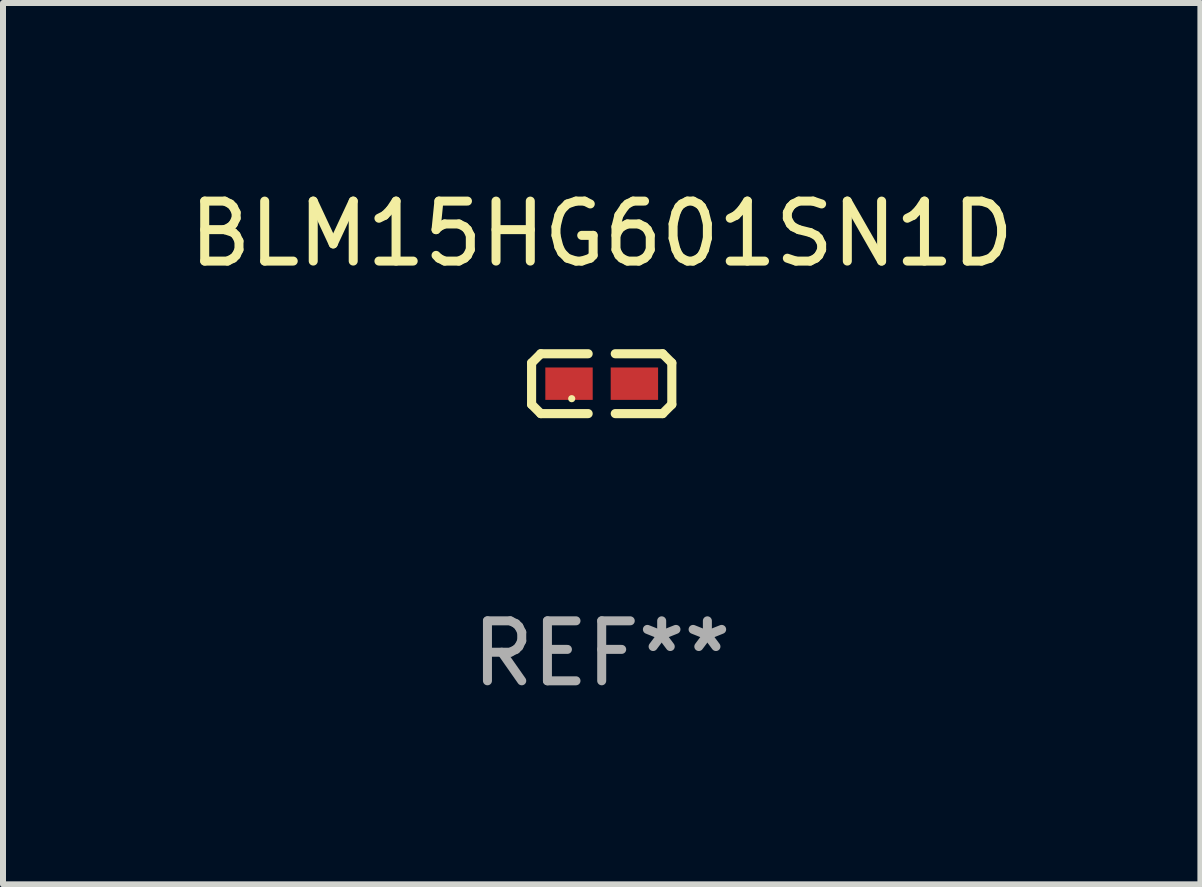
<source format=kicad_pcb>
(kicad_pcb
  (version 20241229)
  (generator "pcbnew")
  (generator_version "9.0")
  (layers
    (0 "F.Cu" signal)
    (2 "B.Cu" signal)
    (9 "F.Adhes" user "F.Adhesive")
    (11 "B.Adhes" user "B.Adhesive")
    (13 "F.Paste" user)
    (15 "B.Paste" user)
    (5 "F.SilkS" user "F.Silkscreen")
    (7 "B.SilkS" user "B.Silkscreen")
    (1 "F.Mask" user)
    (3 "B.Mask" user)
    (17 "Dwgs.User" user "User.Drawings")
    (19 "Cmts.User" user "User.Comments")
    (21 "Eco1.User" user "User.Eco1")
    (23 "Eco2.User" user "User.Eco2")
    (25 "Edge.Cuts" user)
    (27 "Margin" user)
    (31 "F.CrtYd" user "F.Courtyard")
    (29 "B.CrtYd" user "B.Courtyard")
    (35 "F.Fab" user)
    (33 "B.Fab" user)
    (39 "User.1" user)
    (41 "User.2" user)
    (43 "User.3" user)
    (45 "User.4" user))
  (footprint "BLM15HG601SN1D"
    (layer "F.Cu")
    (at 6.982 3.347)
    (property "Reference" "BLM15HG601SN1D" (at 0 -2.499 0) (layer "F.SilkS") (effects (font (size 1 1) (thickness 0.15))))
    (attr through_hole)
    (fp_line (start -1.169 -0.346) (end -1.016 -0.499) (stroke (width 0.152) (type solid)) (layer "F.SilkS"))
    (fp_line (start -1.169 0.346) (end -1.169 -0.346) (stroke (width 0.152) (type solid)) (layer "F.SilkS"))
    (fp_line (start -1.016 -0.499) (end -0.226 -0.499) (stroke (width 0.152) (type solid)) (layer "F.SilkS"))
    (fp_line (start -1.016 0.499) (end -1.169 0.346) (stroke (width 0.152) (type solid)) (layer "F.SilkS"))
    (fp_line (start -0.226 0.499) (end -1.016 0.499) (stroke (width 0.152) (type solid)) (layer "F.SilkS"))
    (fp_line (start 0.226 0.499) (end 1.016 0.499) (stroke (width 0.152) (type solid)) (layer "F.SilkS"))
    (fp_line (start 1.016 -0.499) (end 0.226 -0.499) (stroke (width 0.152) (type solid)) (layer "F.SilkS"))
    (fp_line (start 1.016 0.499) (end 1.169 0.346) (stroke (width 0.152) (type solid)) (layer "F.SilkS"))
    (fp_line (start 1.169 -0.346) (end 1.016 -0.499) (stroke (width 0.152) (type solid)) (layer "F.SilkS"))
    (fp_line (start 1.169 0.346) (end 1.169 -0.346) (stroke (width 0.152) (type solid)) (layer "F.SilkS"))
    (fp_circle (center -0.5 0.25) (end -0.47 0.25) (stroke (width 0.06) (type solid)) (fill no) (layer "F.SilkS"))
    (fp_text user "REF**" (at 0 4.499 0) (layer "F.Fab") (effects (font (size 1 1) (thickness 0.15))))
    (pad "1" smd rect (at -0.545 0) (size 0.79 0.54) (layers "F.Cu" "F.Mask" "F.Paste"))
    (pad "2" smd rect (at 0.545 0) (size 0.79 0.54) (layers "F.Cu" "F.Mask" "F.Paste")))
  (gr_rect
    (start -3 -3)
    (end 16.964 11.694)
    (stroke (width 0.1) (type default))
    (fill no)
    (layer "Edge.Cuts")))
</source>
